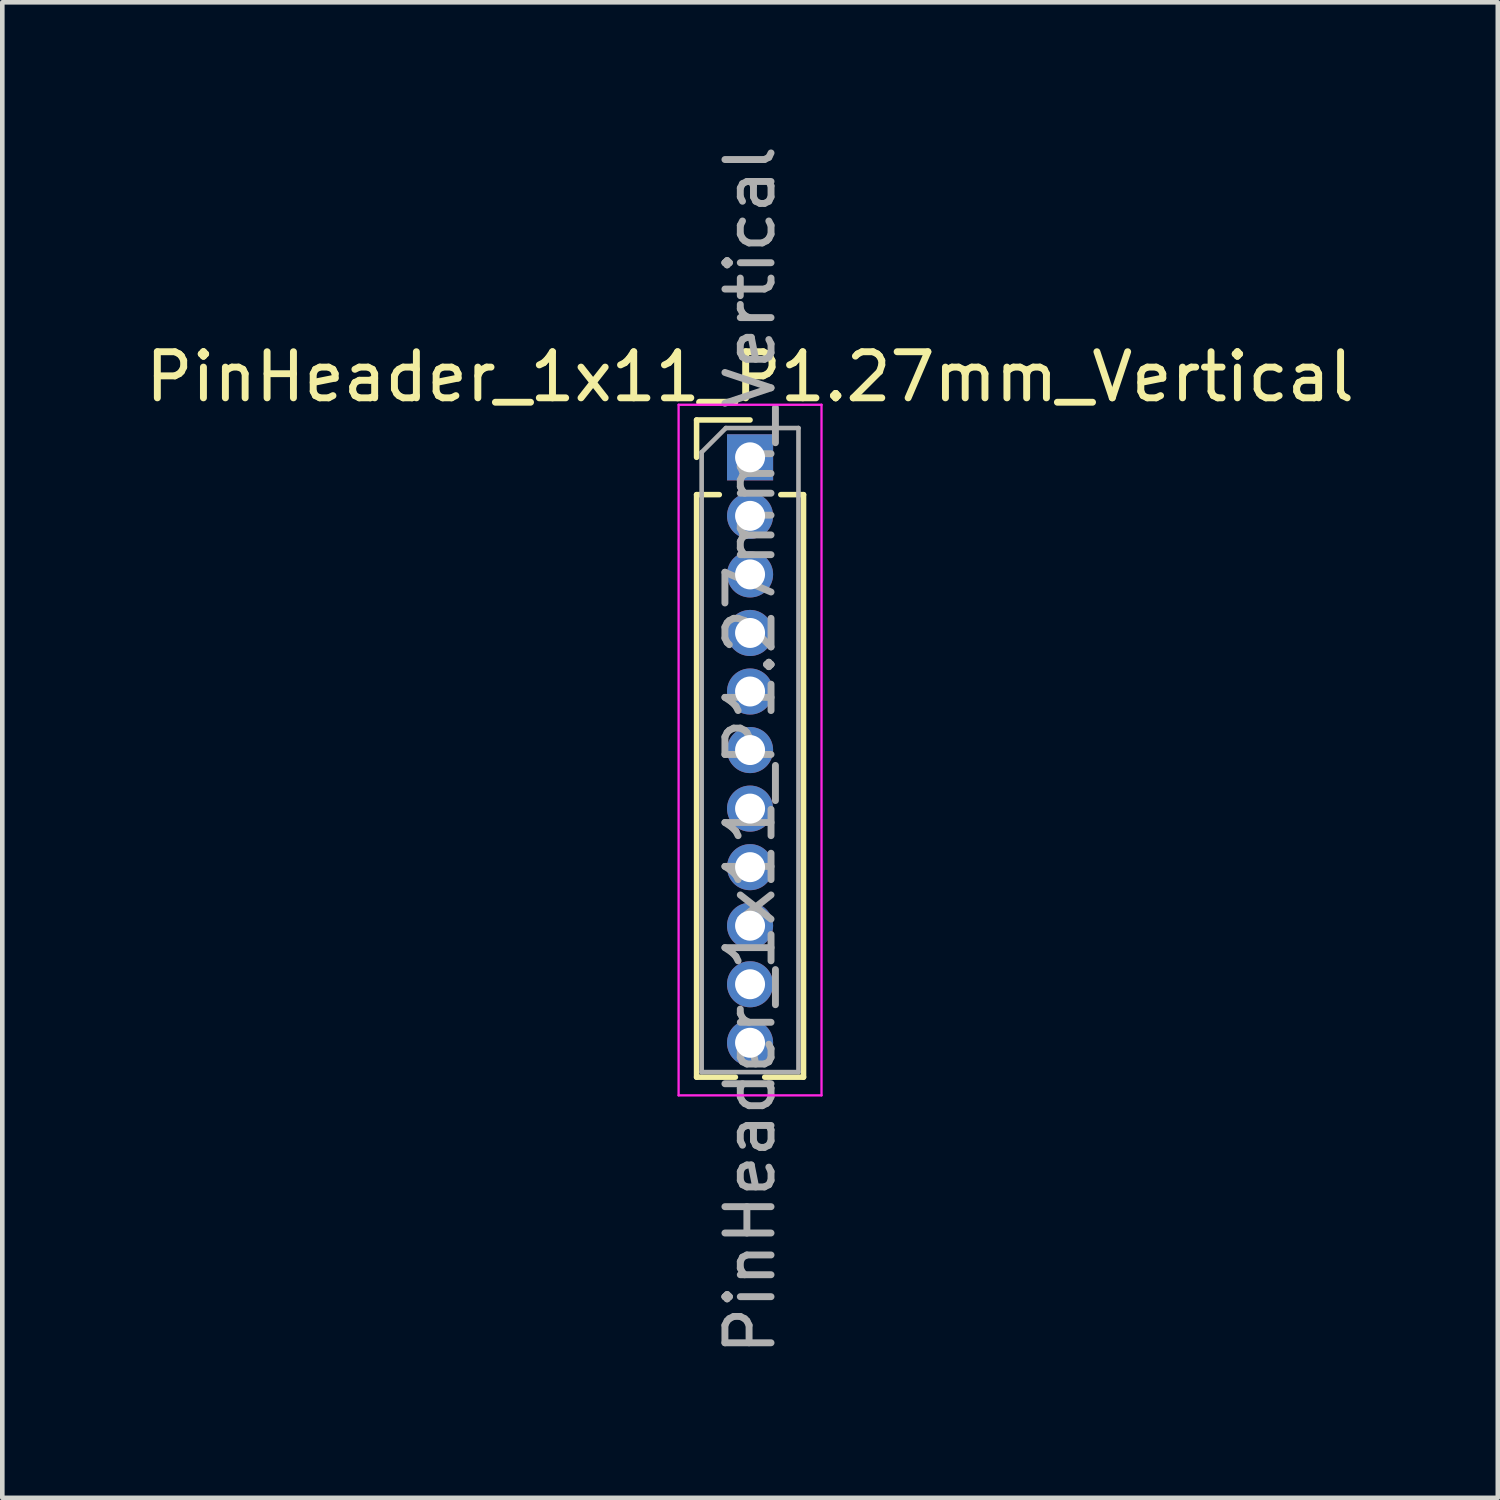
<source format=kicad_pcb>
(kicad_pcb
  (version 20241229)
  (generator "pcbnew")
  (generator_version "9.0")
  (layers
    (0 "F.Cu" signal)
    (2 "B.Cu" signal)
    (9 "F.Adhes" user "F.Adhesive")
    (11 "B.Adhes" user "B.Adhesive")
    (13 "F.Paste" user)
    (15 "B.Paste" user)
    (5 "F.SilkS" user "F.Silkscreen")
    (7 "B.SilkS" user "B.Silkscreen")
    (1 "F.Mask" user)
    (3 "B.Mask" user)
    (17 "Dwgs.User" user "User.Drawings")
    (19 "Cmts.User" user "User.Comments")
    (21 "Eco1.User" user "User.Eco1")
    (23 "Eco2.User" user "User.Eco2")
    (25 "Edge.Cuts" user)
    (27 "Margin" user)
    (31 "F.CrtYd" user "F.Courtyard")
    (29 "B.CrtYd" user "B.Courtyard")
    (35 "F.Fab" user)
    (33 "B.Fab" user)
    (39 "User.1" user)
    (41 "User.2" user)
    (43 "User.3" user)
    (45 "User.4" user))
  (footprint "PinHeader_1x11_P1.27mm_Vertical"
    (layer "F.Cu")
    (at 13.22 6.87)
    (property "Reference" "PinHeader_1x11_P1.27mm_Vertical" (at 0 -1.745 0) (layer "F.SilkS") (effects (font (size 1 1) (thickness 0.15))))
    (attr through_hole)
    (fp_line (start -1.16 -0.81) (end 0 -0.81) (stroke (width 0.12) (type solid)) (layer "F.SilkS"))
    (fp_line (start -1.16 0) (end -1.16 -0.81) (stroke (width 0.12) (type solid)) (layer "F.SilkS"))
    (fp_line (start -1.16 0.81) (end -1.16 13.445) (stroke (width 0.12) (type solid)) (layer "F.SilkS"))
    (fp_line (start -1.16 0.81) (end -0.667 0.81) (stroke (width 0.12) (type solid)) (layer "F.SilkS"))
    (fp_line (start -1.16 13.445) (end -0.318 13.445) (stroke (width 0.12) (type solid)) (layer "F.SilkS"))
    (fp_line (start 0.318 13.445) (end 1.16 13.445) (stroke (width 0.12) (type solid)) (layer "F.SilkS"))
    (fp_line (start 0.667 0.81) (end 1.16 0.81) (stroke (width 0.12) (type solid)) (layer "F.SilkS"))
    (fp_line (start 1.16 0.81) (end 1.16 13.445) (stroke (width 0.12) (type solid)) (layer "F.SilkS"))
    (fp_line (start -1.55 -1.14) (end -1.55 13.84) (stroke (width 0.05) (type solid)) (layer "F.CrtYd"))
    (fp_line (start -1.55 13.84) (end 1.55 13.84) (stroke (width 0.05) (type solid)) (layer "F.CrtYd"))
    (fp_line (start 1.55 -1.14) (end -1.55 -1.14) (stroke (width 0.05) (type solid)) (layer "F.CrtYd"))
    (fp_line (start 1.55 13.84) (end 1.55 -1.14) (stroke (width 0.05) (type solid)) (layer "F.CrtYd"))
    (fp_line (start -1.05 -0.11) (end -0.525 -0.635) (stroke (width 0.1) (type solid)) (layer "F.Fab"))
    (fp_line (start -1.05 13.335) (end -1.05 -0.11) (stroke (width 0.1) (type solid)) (layer "F.Fab"))
    (fp_line (start -0.525 -0.635) (end 1.05 -0.635) (stroke (width 0.1) (type solid)) (layer "F.Fab"))
    (fp_line (start 1.05 -0.635) (end 1.05 13.335) (stroke (width 0.1) (type solid)) (layer "F.Fab"))
    (fp_line (start 1.05 13.335) (end -1.05 13.335) (stroke (width 0.1) (type solid)) (layer "F.Fab"))
    (fp_text user "${REFERENCE}" (at 0 6.35 90) (layer "F.Fab") (effects (font (size 1 1) (thickness 0.15))))
    (pad "1" thru_hole rect (at 0 0) (size 1 1) (drill 0.65) (layers "*.Cu" "*.Mask"))
    (pad "2" thru_hole circle (at 0 1.27) (size 1 1) (drill 0.65) (layers "*.Cu" "*.Mask"))
    (pad "3" thru_hole circle (at 0 2.54) (size 1 1) (drill 0.65) (layers "*.Cu" "*.Mask"))
    (pad "4" thru_hole circle (at 0 3.81) (size 1 1) (drill 0.65) (layers "*.Cu" "*.Mask"))
    (pad "5" thru_hole circle (at 0 5.08) (size 1 1) (drill 0.65) (layers "*.Cu" "*.Mask"))
    (pad "6" thru_hole circle (at 0 6.35) (size 1 1) (drill 0.65) (layers "*.Cu" "*.Mask"))
    (pad "7" thru_hole circle (at 0 7.62) (size 1 1) (drill 0.65) (layers "*.Cu" "*.Mask"))
    (pad "8" thru_hole circle (at 0 8.89) (size 1 1) (drill 0.65) (layers "*.Cu" "*.Mask"))
    (pad "9" thru_hole circle (at 0 10.16) (size 1 1) (drill 0.65) (layers "*.Cu" "*.Mask"))
    (pad "10" thru_hole circle (at 0 11.43) (size 1 1) (drill 0.65) (layers "*.Cu" "*.Mask"))
    (pad "11" thru_hole circle (at 0 12.7) (size 1 1) (drill 0.65) (layers "*.Cu" "*.Mask")))
  (gr_rect
    (start -3 -3)
    (end 29.44 29.44)
    (stroke (width 0.1) (type default))
    (fill no)
    (layer "Edge.Cuts")))
</source>
